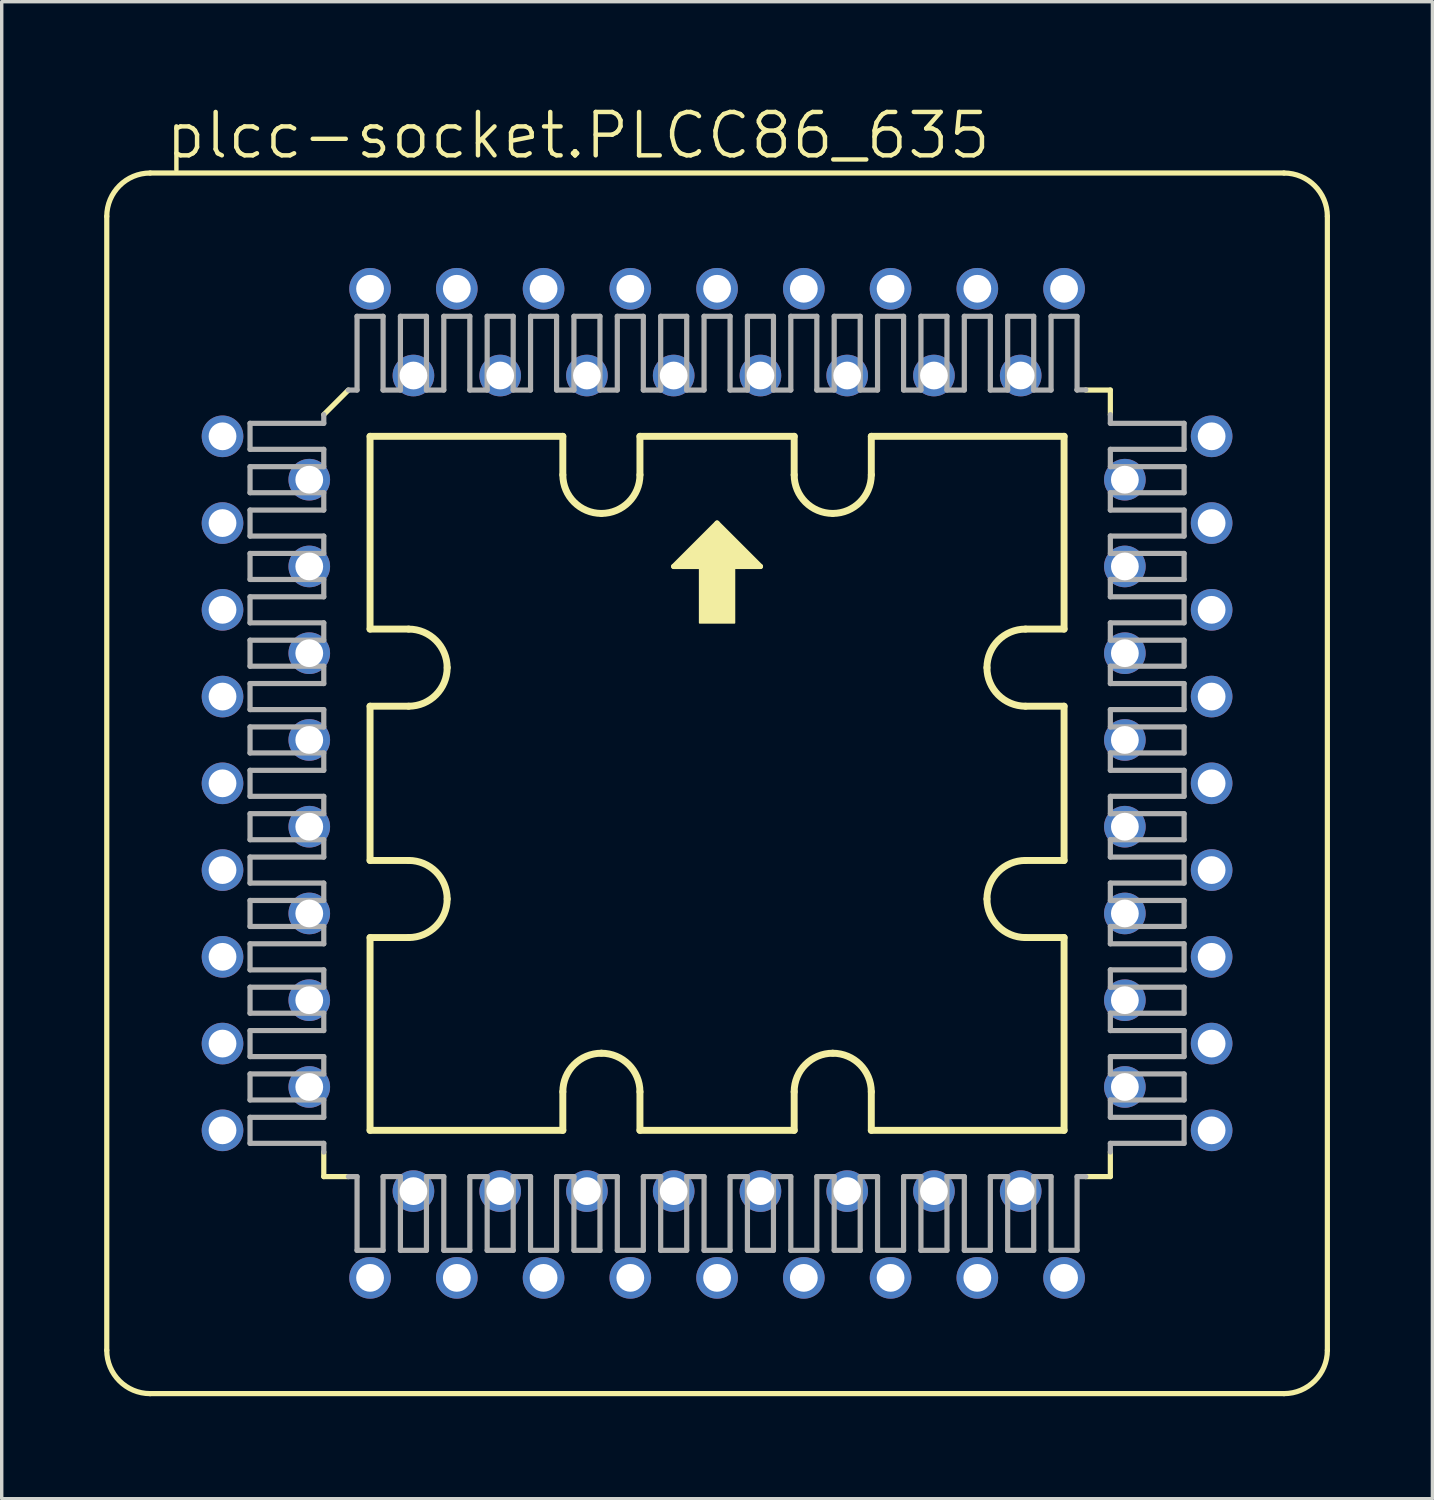
<source format=kicad_pcb>
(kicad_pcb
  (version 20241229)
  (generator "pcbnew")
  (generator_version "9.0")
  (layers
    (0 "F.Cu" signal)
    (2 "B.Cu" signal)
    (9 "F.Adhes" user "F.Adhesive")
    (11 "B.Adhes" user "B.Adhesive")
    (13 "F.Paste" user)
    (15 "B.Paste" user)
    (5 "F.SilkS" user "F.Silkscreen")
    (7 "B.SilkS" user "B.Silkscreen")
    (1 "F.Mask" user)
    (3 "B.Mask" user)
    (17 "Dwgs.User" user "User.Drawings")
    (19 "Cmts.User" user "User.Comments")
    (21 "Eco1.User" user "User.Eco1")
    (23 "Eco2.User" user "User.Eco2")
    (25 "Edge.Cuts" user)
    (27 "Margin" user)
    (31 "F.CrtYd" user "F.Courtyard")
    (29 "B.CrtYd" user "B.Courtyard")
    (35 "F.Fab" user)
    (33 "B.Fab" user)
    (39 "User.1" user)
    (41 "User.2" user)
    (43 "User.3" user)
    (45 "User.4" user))
  (footprint "plcc-socket.PLCC86_635"
    (layer "F.Cu")
    (at 17.945 19.885)
    (property "Reference" "plcc-socket.PLCC86_635" (at -16.218 -18.225 0) (layer "F.SilkS") (effects (font (size 1.27 1.27) (thickness 0.13)) (justify left bottom)))
    (attr through_hole)
    (fp_line (start -17.869 -16.599) (end -17.869 16.599) (stroke (width 0.152) (type default)) (layer "F.SilkS"))
    (fp_line (start -16.599 -17.869) (end 16.599 -17.869) (stroke (width 0.152) (type default)) (layer "F.SilkS"))
    (fp_line (start -16.599 17.869) (end 16.599 17.869) (stroke (width 0.152) (type default)) (layer "F.SilkS"))
    (fp_line (start -11.515 -10.795) (end -10.795 -11.515) (stroke (width 0.152) (type default)) (layer "F.SilkS"))
    (fp_line (start -11.515 10.795) (end -11.515 11.515) (stroke (width 0.152) (type default)) (layer "F.SilkS"))
    (fp_line (start -11.515 11.515) (end -10.795 11.515) (stroke (width 0.152) (type default)) (layer "F.SilkS"))
    (fp_line (start -10.16 -4.516) (end -9.031 -4.516) (stroke (width 0.203) (type default)) (layer "F.SilkS"))
    (fp_line (start -10.16 2.258) (end -9.031 2.258) (stroke (width 0.203) (type default)) (layer "F.SilkS"))
    (fp_line (start -10.16 -10.16) (end -4.516 -10.16) (stroke (width 0.203) (type default)) (layer "F.SilkS"))
    (fp_line (start -10.16 -4.516) (end -10.16 -10.16) (stroke (width 0.203) (type default)) (layer "F.SilkS"))
    (fp_line (start -10.16 2.258) (end -10.16 -2.258) (stroke (width 0.203) (type default)) (layer "F.SilkS"))
    (fp_line (start -10.16 10.16) (end -10.16 4.516) (stroke (width 0.203) (type default)) (layer "F.SilkS"))
    (fp_line (start -9.031 -2.258) (end -10.16 -2.258) (stroke (width 0.203) (type default)) (layer "F.SilkS"))
    (fp_line (start -9.031 4.516) (end -10.16 4.516) (stroke (width 0.203) (type default)) (layer "F.SilkS"))
    (fp_line (start -4.516 -10.16) (end -4.516 -9.031) (stroke (width 0.203) (type default)) (layer "F.SilkS"))
    (fp_line (start -4.516 10.16) (end -10.16 10.16) (stroke (width 0.203) (type default)) (layer "F.SilkS"))
    (fp_line (start -4.516 10.16) (end -4.516 9.031) (stroke (width 0.203) (type default)) (layer "F.SilkS"))
    (fp_line (start -2.258 -10.16) (end -2.258 -9.031) (stroke (width 0.203) (type default)) (layer "F.SilkS"))
    (fp_line (start -2.258 -10.16) (end 2.258 -10.16) (stroke (width 0.203) (type default)) (layer "F.SilkS"))
    (fp_line (start -2.258 10.16) (end -2.258 9.031) (stroke (width 0.203) (type default)) (layer "F.SilkS"))
    (fp_line (start -1.27 -6.35) (end 1.27 -6.35) (stroke (width 0.152) (type default)) (layer "F.SilkS"))
    (fp_line (start 0 -7.62) (end -1.27 -6.35) (stroke (width 0.152) (type default)) (layer "F.SilkS"))
    (fp_line (start 1.27 -6.35) (end 0 -7.62) (stroke (width 0.152) (type default)) (layer "F.SilkS"))
    (fp_line (start 2.258 -10.16) (end 2.258 -9.031) (stroke (width 0.203) (type default)) (layer "F.SilkS"))
    (fp_line (start 2.258 10.16) (end -2.258 10.16) (stroke (width 0.203) (type default)) (layer "F.SilkS"))
    (fp_line (start 2.258 10.16) (end 2.258 9.031) (stroke (width 0.203) (type default)) (layer "F.SilkS"))
    (fp_line (start 4.516 -10.16) (end 4.516 -9.031) (stroke (width 0.203) (type default)) (layer "F.SilkS"))
    (fp_line (start 4.516 -10.16) (end 10.16 -10.16) (stroke (width 0.203) (type default)) (layer "F.SilkS"))
    (fp_line (start 4.516 10.16) (end 4.516 9.031) (stroke (width 0.203) (type default)) (layer "F.SilkS"))
    (fp_line (start 10.16 -10.16) (end 10.16 -4.516) (stroke (width 0.203) (type default)) (layer "F.SilkS"))
    (fp_line (start 10.16 -2.258) (end 10.16 2.258) (stroke (width 0.203) (type default)) (layer "F.SilkS"))
    (fp_line (start 10.16 4.516) (end 10.16 10.16) (stroke (width 0.203) (type default)) (layer "F.SilkS"))
    (fp_line (start 10.16 10.16) (end 4.516 10.16) (stroke (width 0.203) (type default)) (layer "F.SilkS"))
    (fp_line (start 10.16 -4.516) (end 9.031 -4.516) (stroke (width 0.203) (type default)) (layer "F.SilkS"))
    (fp_line (start 10.16 -2.258) (end 9.031 -2.258) (stroke (width 0.203) (type default)) (layer "F.SilkS"))
    (fp_line (start 10.16 2.258) (end 9.031 2.258) (stroke (width 0.203) (type default)) (layer "F.SilkS"))
    (fp_line (start 10.16 4.516) (end 9.031 4.516) (stroke (width 0.203) (type default)) (layer "F.SilkS"))
    (fp_line (start 10.795 11.515) (end 11.515 11.515) (stroke (width 0.152) (type default)) (layer "F.SilkS"))
    (fp_line (start 11.515 -11.515) (end 10.795 -11.515) (stroke (width 0.152) (type default)) (layer "F.SilkS"))
    (fp_line (start 11.515 -10.795) (end 11.515 -11.515) (stroke (width 0.152) (type default)) (layer "F.SilkS"))
    (fp_line (start 11.515 11.515) (end 11.515 10.795) (stroke (width 0.152) (type default)) (layer "F.SilkS"))
    (fp_line (start 17.869 -16.599) (end 17.869 16.599) (stroke (width 0.152) (type default)) (layer "F.SilkS"))
    (fp_rect (start -1.143 -6.35) (end -0.889 -6.477) (stroke (width 0.05) (type default)) (fill yes) (layer "F.SilkS"))
    (fp_rect (start -1.016 -6.477) (end -0.889 -6.604) (stroke (width 0.05) (type default)) (fill yes) (layer "F.SilkS"))
    (fp_rect (start -0.889 -6.35) (end 0.889 -6.731) (stroke (width 0.05) (type default)) (fill yes) (layer "F.SilkS"))
    (fp_rect (start -0.762 -6.731) (end -0.635 -6.858) (stroke (width 0.05) (type default)) (fill yes) (layer "F.SilkS"))
    (fp_rect (start -0.635 -6.731) (end 0.635 -6.985) (stroke (width 0.05) (type default)) (fill yes) (layer "F.SilkS"))
    (fp_rect (start -0.508 -6.985) (end -0.381 -7.112) (stroke (width 0.05) (type default)) (fill yes) (layer "F.SilkS"))
    (fp_rect (start -0.508 -4.699) (end 0.508 -6.604) (stroke (width 0.05) (type default)) (fill yes) (layer "F.SilkS"))
    (fp_rect (start -0.381 -6.985) (end 0.381 -7.239) (stroke (width 0.05) (type default)) (fill yes) (layer "F.SilkS"))
    (fp_rect (start -0.254 -7.239) (end -0.127 -7.366) (stroke (width 0.05) (type default)) (fill yes) (layer "F.SilkS"))
    (fp_rect (start -0.127 -7.239) (end 0.127 -7.493) (stroke (width 0.05) (type default)) (fill yes) (layer "F.SilkS"))
    (fp_rect (start 0.127 -7.239) (end 0.254 -7.366) (stroke (width 0.05) (type default)) (fill yes) (layer "F.SilkS"))
    (fp_rect (start 0.381 -6.985) (end 0.508 -7.112) (stroke (width 0.05) (type default)) (fill yes) (layer "F.SilkS"))
    (fp_rect (start 0.635 -6.731) (end 0.762 -6.858) (stroke (width 0.05) (type default)) (fill yes) (layer "F.SilkS"))
    (fp_rect (start 0.889 -6.477) (end 1.016 -6.604) (stroke (width 0.05) (type default)) (fill yes) (layer "F.SilkS"))
    (fp_rect (start 0.889 -6.35) (end 1.143 -6.477) (stroke (width 0.05) (type default)) (fill yes) (layer "F.SilkS"))
    (fp_arc (start -17.869 -16.599) (mid -17.497026 -17.497026) (end -16.599 -17.869) (stroke (width 0.1524) (type default)) (layer "F.SilkS"))
    (fp_arc (start -16.599 17.869) (mid -17.497026 17.497026) (end -17.869 16.599) (stroke (width 0.1524) (type default)) (layer "F.SilkS"))
    (fp_arc (start -9.0312 -4.5156) (mid -8.232947 -4.184953) (end -7.9023 -3.3867) (stroke (width 0.2032) (type default)) (layer "F.SilkS"))
    (fp_arc (start -9.0312 2.2578) (mid -8.232947 2.588447) (end -7.9023 3.3867) (stroke (width 0.2032) (type default)) (layer "F.SilkS"))
    (fp_arc (start -7.9023 -3.3867) (mid -8.232947 -2.588447) (end -9.0312 -2.2578) (stroke (width 0.2032) (type default)) (layer "F.SilkS"))
    (fp_arc (start -7.9023 3.3867) (mid -8.232947 4.184953) (end -9.0312 4.5156) (stroke (width 0.2032) (type default)) (layer "F.SilkS"))
    (fp_arc (start -4.5156 9.0312) (mid -4.184953 8.232947) (end -3.3867 7.9023) (stroke (width 0.2032) (type default)) (layer "F.SilkS"))
    (fp_arc (start -3.3867 -7.9023) (mid -4.184953 -8.232947) (end -4.5156 -9.0312) (stroke (width 0.2032) (type default)) (layer "F.SilkS"))
    (fp_arc (start -3.3867 7.9023) (mid -2.588447 8.232947) (end -2.2578 9.0312) (stroke (width 0.2032) (type default)) (layer "F.SilkS"))
    (fp_arc (start -2.2578 -9.0312) (mid -2.588447 -8.232947) (end -3.3867 -7.9023) (stroke (width 0.2032) (type default)) (layer "F.SilkS"))
    (fp_arc (start 2.2578 9.0312) (mid 2.588447 8.232947) (end 3.3867 7.9023) (stroke (width 0.2032) (type default)) (layer "F.SilkS"))
    (fp_arc (start 3.3867 -7.9023) (mid 2.588447 -8.232947) (end 2.2578 -9.0312) (stroke (width 0.2032) (type default)) (layer "F.SilkS"))
    (fp_arc (start 3.3867 7.9023) (mid 4.184953 8.232947) (end 4.5156 9.0312) (stroke (width 0.2032) (type default)) (layer "F.SilkS"))
    (fp_arc (start 4.5156 -9.0312) (mid 4.184953 -8.232947) (end 3.3867 -7.9023) (stroke (width 0.2032) (type default)) (layer "F.SilkS"))
    (fp_arc (start 7.9023 -3.3867) (mid 8.232947 -4.184953) (end 9.0312 -4.5156) (stroke (width 0.2032) (type default)) (layer "F.SilkS"))
    (fp_arc (start 7.9023 3.3867) (mid 8.232947 2.588447) (end 9.0312 2.2578) (stroke (width 0.2032) (type default)) (layer "F.SilkS"))
    (fp_arc (start 9.0312 -2.2578) (mid 8.232947 -2.588447) (end 7.9023 -3.3867) (stroke (width 0.2032) (type default)) (layer "F.SilkS"))
    (fp_arc (start 9.0312 4.5156) (mid 8.232947 4.184953) (end 7.9023 3.3867) (stroke (width 0.2032) (type default)) (layer "F.SilkS"))
    (fp_arc (start 16.599 -17.869) (mid 17.497026 -17.497026) (end 17.869 -16.599) (stroke (width 0.1524) (type default)) (layer "F.SilkS"))
    (fp_arc (start 17.869 16.599) (mid 17.497026 17.497026) (end 16.599 17.869) (stroke (width 0.1524) (type default)) (layer "F.SilkS"))
    (fp_line (start -13.674 -10.541) (end -13.674 -9.779) (stroke (width 0.152) (type default)) (layer "F.Fab"))
    (fp_line (start -13.674 -10.541) (end -11.515 -10.541) (stroke (width 0.152) (type default)) (layer "F.Fab"))
    (fp_line (start -13.674 -9.271) (end -13.674 -8.509) (stroke (width 0.152) (type default)) (layer "F.Fab"))
    (fp_line (start -13.674 -9.271) (end -11.515 -9.271) (stroke (width 0.152) (type default)) (layer "F.Fab"))
    (fp_line (start -13.674 -7.239) (end -13.674 -8.001) (stroke (width 0.152) (type default)) (layer "F.Fab"))
    (fp_line (start -13.674 -7.239) (end -11.515 -7.239) (stroke (width 0.152) (type default)) (layer "F.Fab"))
    (fp_line (start -13.674 -6.731) (end -13.674 -5.969) (stroke (width 0.152) (type default)) (layer "F.Fab"))
    (fp_line (start -13.674 -6.731) (end -11.515 -6.731) (stroke (width 0.152) (type default)) (layer "F.Fab"))
    (fp_line (start -13.674 -5.461) (end -13.674 -4.699) (stroke (width 0.152) (type default)) (layer "F.Fab"))
    (fp_line (start -13.674 -5.461) (end -11.515 -5.461) (stroke (width 0.152) (type default)) (layer "F.Fab"))
    (fp_line (start -13.674 -4.191) (end -13.674 -3.429) (stroke (width 0.152) (type default)) (layer "F.Fab"))
    (fp_line (start -13.674 -4.191) (end -11.515 -4.191) (stroke (width 0.152) (type default)) (layer "F.Fab"))
    (fp_line (start -13.674 -2.921) (end -13.674 -2.159) (stroke (width 0.152) (type default)) (layer "F.Fab"))
    (fp_line (start -13.674 -2.921) (end -11.515 -2.921) (stroke (width 0.152) (type default)) (layer "F.Fab"))
    (fp_line (start -13.674 -0.889) (end -13.674 -1.651) (stroke (width 0.152) (type default)) (layer "F.Fab"))
    (fp_line (start -13.674 -0.889) (end -11.515 -0.889) (stroke (width 0.152) (type default)) (layer "F.Fab"))
    (fp_line (start -13.674 0.381) (end -13.674 -0.381) (stroke (width 0.152) (type default)) (layer "F.Fab"))
    (fp_line (start -13.674 0.381) (end -11.515 0.381) (stroke (width 0.152) (type default)) (layer "F.Fab"))
    (fp_line (start -13.674 1.651) (end -13.674 0.889) (stroke (width 0.152) (type default)) (layer "F.Fab"))
    (fp_line (start -13.674 1.651) (end -11.515 1.651) (stroke (width 0.152) (type default)) (layer "F.Fab"))
    (fp_line (start -13.674 2.921) (end -13.674 2.159) (stroke (width 0.152) (type default)) (layer "F.Fab"))
    (fp_line (start -13.674 2.921) (end -11.515 2.921) (stroke (width 0.152) (type default)) (layer "F.Fab"))
    (fp_line (start -13.674 4.191) (end -13.674 3.429) (stroke (width 0.152) (type default)) (layer "F.Fab"))
    (fp_line (start -13.674 4.191) (end -11.515 4.191) (stroke (width 0.152) (type default)) (layer "F.Fab"))
    (fp_line (start -13.674 5.461) (end -13.674 4.699) (stroke (width 0.152) (type default)) (layer "F.Fab"))
    (fp_line (start -13.674 5.461) (end -11.515 5.461) (stroke (width 0.152) (type default)) (layer "F.Fab"))
    (fp_line (start -13.674 5.969) (end -13.674 6.731) (stroke (width 0.152) (type default)) (layer "F.Fab"))
    (fp_line (start -13.674 5.969) (end -11.515 5.969) (stroke (width 0.152) (type default)) (layer "F.Fab"))
    (fp_line (start -13.674 7.239) (end -13.674 8.001) (stroke (width 0.152) (type default)) (layer "F.Fab"))
    (fp_line (start -13.674 7.239) (end -11.515 7.239) (stroke (width 0.152) (type default)) (layer "F.Fab"))
    (fp_line (start -13.674 8.509) (end -13.674 9.271) (stroke (width 0.152) (type default)) (layer "F.Fab"))
    (fp_line (start -13.674 8.509) (end -11.515 8.509) (stroke (width 0.152) (type default)) (layer "F.Fab"))
    (fp_line (start -13.674 9.779) (end -11.515 9.779) (stroke (width 0.152) (type default)) (layer "F.Fab"))
    (fp_line (start -13.674 10.541) (end -13.674 9.779) (stroke (width 0.152) (type default)) (layer "F.Fab"))
    (fp_line (start -13.674 10.541) (end -11.515 10.541) (stroke (width 0.152) (type default)) (layer "F.Fab"))
    (fp_line (start -11.515 -10.541) (end -11.515 -10.795) (stroke (width 0.152) (type default)) (layer "F.Fab"))
    (fp_line (start -11.515 -9.779) (end -13.674 -9.779) (stroke (width 0.152) (type default)) (layer "F.Fab"))
    (fp_line (start -11.515 -9.779) (end -11.515 -9.271) (stroke (width 0.152) (type default)) (layer "F.Fab"))
    (fp_line (start -11.515 -8.509) (end -13.674 -8.509) (stroke (width 0.152) (type default)) (layer "F.Fab"))
    (fp_line (start -11.515 -8.001) (end -13.674 -8.001) (stroke (width 0.152) (type default)) (layer "F.Fab"))
    (fp_line (start -11.515 -8.001) (end -11.515 -8.509) (stroke (width 0.152) (type default)) (layer "F.Fab"))
    (fp_line (start -11.515 -6.731) (end -11.515 -7.239) (stroke (width 0.152) (type default)) (layer "F.Fab"))
    (fp_line (start -11.515 -5.969) (end -13.674 -5.969) (stroke (width 0.152) (type default)) (layer "F.Fab"))
    (fp_line (start -11.515 -5.969) (end -11.515 -5.461) (stroke (width 0.152) (type default)) (layer "F.Fab"))
    (fp_line (start -11.515 -4.699) (end -13.674 -4.699) (stroke (width 0.152) (type default)) (layer "F.Fab"))
    (fp_line (start -11.515 -4.699) (end -11.515 -4.191) (stroke (width 0.152) (type default)) (layer "F.Fab"))
    (fp_line (start -11.515 -3.429) (end -13.674 -3.429) (stroke (width 0.152) (type default)) (layer "F.Fab"))
    (fp_line (start -11.515 -3.429) (end -11.515 -2.921) (stroke (width 0.152) (type default)) (layer "F.Fab"))
    (fp_line (start -11.515 -2.159) (end -13.674 -2.159) (stroke (width 0.152) (type default)) (layer "F.Fab"))
    (fp_line (start -11.515 -2.159) (end -11.515 -1.651) (stroke (width 0.152) (type default)) (layer "F.Fab"))
    (fp_line (start -11.515 -1.651) (end -13.674 -1.651) (stroke (width 0.152) (type default)) (layer "F.Fab"))
    (fp_line (start -11.515 -0.381) (end -13.674 -0.381) (stroke (width 0.152) (type default)) (layer "F.Fab"))
    (fp_line (start -11.515 -0.381) (end -11.515 -0.889) (stroke (width 0.152) (type default)) (layer "F.Fab"))
    (fp_line (start -11.515 0.889) (end -13.674 0.889) (stroke (width 0.152) (type default)) (layer "F.Fab"))
    (fp_line (start -11.515 0.889) (end -11.515 0.381) (stroke (width 0.152) (type default)) (layer "F.Fab"))
    (fp_line (start -11.515 2.159) (end -13.674 2.159) (stroke (width 0.152) (type default)) (layer "F.Fab"))
    (fp_line (start -11.515 2.159) (end -11.515 1.651) (stroke (width 0.152) (type default)) (layer "F.Fab"))
    (fp_line (start -11.515 3.429) (end -13.674 3.429) (stroke (width 0.152) (type default)) (layer "F.Fab"))
    (fp_line (start -11.515 3.429) (end -11.515 2.921) (stroke (width 0.152) (type default)) (layer "F.Fab"))
    (fp_line (start -11.515 4.699) (end -13.674 4.699) (stroke (width 0.152) (type default)) (layer "F.Fab"))
    (fp_line (start -11.515 4.699) (end -11.515 4.191) (stroke (width 0.152) (type default)) (layer "F.Fab"))
    (fp_line (start -11.515 5.461) (end -11.515 5.969) (stroke (width 0.152) (type default)) (layer "F.Fab"))
    (fp_line (start -11.515 6.731) (end -13.674 6.731) (stroke (width 0.152) (type default)) (layer "F.Fab"))
    (fp_line (start -11.515 6.731) (end -11.515 7.239) (stroke (width 0.152) (type default)) (layer "F.Fab"))
    (fp_line (start -11.515 8.001) (end -13.674 8.001) (stroke (width 0.152) (type default)) (layer "F.Fab"))
    (fp_line (start -11.515 8.001) (end -11.515 8.509) (stroke (width 0.152) (type default)) (layer "F.Fab"))
    (fp_line (start -11.515 9.271) (end -13.674 9.271) (stroke (width 0.152) (type default)) (layer "F.Fab"))
    (fp_line (start -11.515 9.271) (end -11.515 9.779) (stroke (width 0.152) (type default)) (layer "F.Fab"))
    (fp_line (start -11.515 10.541) (end -11.515 10.795) (stroke (width 0.152) (type default)) (layer "F.Fab"))
    (fp_line (start -10.795 -11.515) (end -10.541 -11.515) (stroke (width 0.152) (type default)) (layer "F.Fab"))
    (fp_line (start -10.541 -11.515) (end -10.541 -13.674) (stroke (width 0.152) (type default)) (layer "F.Fab"))
    (fp_line (start -10.541 11.515) (end -10.795 11.515) (stroke (width 0.152) (type default)) (layer "F.Fab"))
    (fp_line (start -10.541 13.674) (end -10.541 11.515) (stroke (width 0.152) (type default)) (layer "F.Fab"))
    (fp_line (start -10.541 13.674) (end -9.779 13.674) (stroke (width 0.152) (type default)) (layer "F.Fab"))
    (fp_line (start -9.779 -13.674) (end -10.541 -13.674) (stroke (width 0.152) (type default)) (layer "F.Fab"))
    (fp_line (start -9.779 -13.674) (end -9.779 -11.515) (stroke (width 0.152) (type default)) (layer "F.Fab"))
    (fp_line (start -9.779 11.515) (end -9.779 13.674) (stroke (width 0.152) (type default)) (layer "F.Fab"))
    (fp_line (start -9.779 11.515) (end -9.271 11.515) (stroke (width 0.152) (type default)) (layer "F.Fab"))
    (fp_line (start -9.271 -11.515) (end -9.779 -11.515) (stroke (width 0.152) (type default)) (layer "F.Fab"))
    (fp_line (start -9.271 -11.515) (end -9.271 -13.674) (stroke (width 0.152) (type default)) (layer "F.Fab"))
    (fp_line (start -9.271 13.674) (end -9.271 11.515) (stroke (width 0.152) (type default)) (layer "F.Fab"))
    (fp_line (start -9.271 13.674) (end -8.509 13.674) (stroke (width 0.152) (type default)) (layer "F.Fab"))
    (fp_line (start -8.509 -13.674) (end -9.271 -13.674) (stroke (width 0.152) (type default)) (layer "F.Fab"))
    (fp_line (start -8.509 -13.674) (end -8.509 -11.515) (stroke (width 0.152) (type default)) (layer "F.Fab"))
    (fp_line (start -8.509 11.515) (end -8.509 13.674) (stroke (width 0.152) (type default)) (layer "F.Fab"))
    (fp_line (start -8.001 -11.515) (end -8.509 -11.515) (stroke (width 0.152) (type default)) (layer "F.Fab"))
    (fp_line (start -8.001 -11.515) (end -8.001 -13.674) (stroke (width 0.152) (type default)) (layer "F.Fab"))
    (fp_line (start -8.001 11.515) (end -8.509 11.515) (stroke (width 0.152) (type default)) (layer "F.Fab"))
    (fp_line (start -8.001 11.515) (end -8.001 13.674) (stroke (width 0.152) (type default)) (layer "F.Fab"))
    (fp_line (start -7.239 -13.674) (end -8.001 -13.674) (stroke (width 0.152) (type default)) (layer "F.Fab"))
    (fp_line (start -7.239 -13.674) (end -7.239 -11.515) (stroke (width 0.152) (type default)) (layer "F.Fab"))
    (fp_line (start -7.239 13.674) (end -8.001 13.674) (stroke (width 0.152) (type default)) (layer "F.Fab"))
    (fp_line (start -7.239 13.674) (end -7.239 11.515) (stroke (width 0.152) (type default)) (layer "F.Fab"))
    (fp_line (start -6.731 -11.515) (end -7.239 -11.515) (stroke (width 0.152) (type default)) (layer "F.Fab"))
    (fp_line (start -6.731 -11.515) (end -6.731 -13.674) (stroke (width 0.152) (type default)) (layer "F.Fab"))
    (fp_line (start -6.731 11.515) (end -7.239 11.515) (stroke (width 0.152) (type default)) (layer "F.Fab"))
    (fp_line (start -6.731 13.674) (end -6.731 11.515) (stroke (width 0.152) (type default)) (layer "F.Fab"))
    (fp_line (start -6.731 13.674) (end -5.969 13.674) (stroke (width 0.152) (type default)) (layer "F.Fab"))
    (fp_line (start -5.969 -13.674) (end -6.731 -13.674) (stroke (width 0.152) (type default)) (layer "F.Fab"))
    (fp_line (start -5.969 -13.674) (end -5.969 -11.515) (stroke (width 0.152) (type default)) (layer "F.Fab"))
    (fp_line (start -5.969 11.515) (end -5.969 13.674) (stroke (width 0.152) (type default)) (layer "F.Fab"))
    (fp_line (start -5.969 11.515) (end -5.461 11.515) (stroke (width 0.152) (type default)) (layer "F.Fab"))
    (fp_line (start -5.461 -11.515) (end -5.969 -11.515) (stroke (width 0.152) (type default)) (layer "F.Fab"))
    (fp_line (start -5.461 -11.515) (end -5.461 -13.674) (stroke (width 0.152) (type default)) (layer "F.Fab"))
    (fp_line (start -5.461 13.674) (end -5.461 11.515) (stroke (width 0.152) (type default)) (layer "F.Fab"))
    (fp_line (start -5.461 13.674) (end -4.699 13.674) (stroke (width 0.152) (type default)) (layer "F.Fab"))
    (fp_line (start -4.699 -13.674) (end -5.461 -13.674) (stroke (width 0.152) (type default)) (layer "F.Fab"))
    (fp_line (start -4.699 -13.674) (end -4.699 -11.515) (stroke (width 0.152) (type default)) (layer "F.Fab"))
    (fp_line (start -4.699 11.515) (end -4.699 13.674) (stroke (width 0.152) (type default)) (layer "F.Fab"))
    (fp_line (start -4.699 11.515) (end -4.191 11.515) (stroke (width 0.152) (type default)) (layer "F.Fab"))
    (fp_line (start -4.191 -11.515) (end -4.699 -11.515) (stroke (width 0.152) (type default)) (layer "F.Fab"))
    (fp_line (start -4.191 -11.515) (end -4.191 -13.674) (stroke (width 0.152) (type default)) (layer "F.Fab"))
    (fp_line (start -4.191 13.674) (end -4.191 11.515) (stroke (width 0.152) (type default)) (layer "F.Fab"))
    (fp_line (start -4.191 13.674) (end -3.429 13.674) (stroke (width 0.152) (type default)) (layer "F.Fab"))
    (fp_line (start -3.429 -13.674) (end -4.191 -13.674) (stroke (width 0.152) (type default)) (layer "F.Fab"))
    (fp_line (start -3.429 -13.674) (end -3.429 -11.515) (stroke (width 0.152) (type default)) (layer "F.Fab"))
    (fp_line (start -3.429 11.515) (end -3.429 13.674) (stroke (width 0.152) (type default)) (layer "F.Fab"))
    (fp_line (start -3.429 11.515) (end -2.921 11.515) (stroke (width 0.152) (type default)) (layer "F.Fab"))
    (fp_line (start -2.921 -11.515) (end -3.429 -11.515) (stroke (width 0.152) (type default)) (layer "F.Fab"))
    (fp_line (start -2.921 -11.515) (end -2.921 -13.674) (stroke (width 0.152) (type default)) (layer "F.Fab"))
    (fp_line (start -2.921 13.674) (end -2.921 11.515) (stroke (width 0.152) (type default)) (layer "F.Fab"))
    (fp_line (start -2.921 13.674) (end -2.159 13.674) (stroke (width 0.152) (type default)) (layer "F.Fab"))
    (fp_line (start -2.159 -13.674) (end -2.921 -13.674) (stroke (width 0.152) (type default)) (layer "F.Fab"))
    (fp_line (start -2.159 -13.674) (end -2.159 -11.515) (stroke (width 0.152) (type default)) (layer "F.Fab"))
    (fp_line (start -2.159 11.515) (end -2.159 13.674) (stroke (width 0.152) (type default)) (layer "F.Fab"))
    (fp_line (start -2.159 11.515) (end -1.651 11.515) (stroke (width 0.152) (type default)) (layer "F.Fab"))
    (fp_line (start -1.651 -11.515) (end -2.159 -11.515) (stroke (width 0.152) (type default)) (layer "F.Fab"))
    (fp_line (start -1.651 -11.515) (end -1.651 -13.674) (stroke (width 0.152) (type default)) (layer "F.Fab"))
    (fp_line (start -1.651 13.674) (end -1.651 11.515) (stroke (width 0.152) (type default)) (layer "F.Fab"))
    (fp_line (start -1.651 13.674) (end -0.889 13.674) (stroke (width 0.152) (type default)) (layer "F.Fab"))
    (fp_line (start -0.889 -13.674) (end -1.651 -13.674) (stroke (width 0.152) (type default)) (layer "F.Fab"))
    (fp_line (start -0.889 -13.674) (end -0.889 -11.515) (stroke (width 0.152) (type default)) (layer "F.Fab"))
    (fp_line (start -0.889 11.515) (end -0.889 13.674) (stroke (width 0.152) (type default)) (layer "F.Fab"))
    (fp_line (start -0.889 11.515) (end -0.381 11.515) (stroke (width 0.152) (type default)) (layer "F.Fab"))
    (fp_line (start -0.381 -11.515) (end -0.889 -11.515) (stroke (width 0.152) (type default)) (layer "F.Fab"))
    (fp_line (start -0.381 -11.515) (end -0.381 -13.674) (stroke (width 0.152) (type default)) (layer "F.Fab"))
    (fp_line (start -0.381 13.674) (end -0.381 11.515) (stroke (width 0.152) (type default)) (layer "F.Fab"))
    (fp_line (start -0.381 13.674) (end 0.381 13.674) (stroke (width 0.152) (type default)) (layer "F.Fab"))
    (fp_line (start 0.381 -13.674) (end -0.381 -13.674) (stroke (width 0.152) (type default)) (layer "F.Fab"))
    (fp_line (start 0.381 -13.674) (end 0.381 -11.515) (stroke (width 0.152) (type default)) (layer "F.Fab"))
    (fp_line (start 0.381 11.515) (end 0.381 13.674) (stroke (width 0.152) (type default)) (layer "F.Fab"))
    (fp_line (start 0.381 11.515) (end 0.889 11.515) (stroke (width 0.152) (type default)) (layer "F.Fab"))
    (fp_line (start 0.889 -11.515) (end 0.381 -11.515) (stroke (width 0.152) (type default)) (layer "F.Fab"))
    (fp_line (start 0.889 -11.515) (end 0.889 -13.674) (stroke (width 0.152) (type default)) (layer "F.Fab"))
    (fp_line (start 0.889 13.674) (end 0.889 11.515) (stroke (width 0.152) (type default)) (layer "F.Fab"))
    (fp_line (start 0.889 13.674) (end 1.651 13.674) (stroke (width 0.152) (type default)) (layer "F.Fab"))
    (fp_line (start 1.651 -13.674) (end 0.889 -13.674) (stroke (width 0.152) (type default)) (layer "F.Fab"))
    (fp_line (start 1.651 -13.674) (end 1.651 -11.515) (stroke (width 0.152) (type default)) (layer "F.Fab"))
    (fp_line (start 1.651 11.515) (end 1.651 13.674) (stroke (width 0.152) (type default)) (layer "F.Fab"))
    (fp_line (start 1.651 11.515) (end 2.159 11.515) (stroke (width 0.152) (type default)) (layer "F.Fab"))
    (fp_line (start 2.159 -11.515) (end 1.651 -11.515) (stroke (width 0.152) (type default)) (layer "F.Fab"))
    (fp_line (start 2.159 -11.515) (end 2.159 -13.674) (stroke (width 0.152) (type default)) (layer "F.Fab"))
    (fp_line (start 2.159 13.674) (end 2.159 11.515) (stroke (width 0.152) (type default)) (layer "F.Fab"))
    (fp_line (start 2.159 13.674) (end 2.921 13.674) (stroke (width 0.152) (type default)) (layer "F.Fab"))
    (fp_line (start 2.921 -13.674) (end 2.159 -13.674) (stroke (width 0.152) (type default)) (layer "F.Fab"))
    (fp_line (start 2.921 -13.674) (end 2.921 -11.515) (stroke (width 0.152) (type default)) (layer "F.Fab"))
    (fp_line (start 2.921 11.515) (end 2.921 13.674) (stroke (width 0.152) (type default)) (layer "F.Fab"))
    (fp_line (start 2.921 11.515) (end 3.429 11.515) (stroke (width 0.152) (type default)) (layer "F.Fab"))
    (fp_line (start 3.429 -11.515) (end 2.921 -11.515) (stroke (width 0.152) (type default)) (layer "F.Fab"))
    (fp_line (start 3.429 -11.515) (end 3.429 -13.674) (stroke (width 0.152) (type default)) (layer "F.Fab"))
    (fp_line (start 3.429 13.674) (end 3.429 11.515) (stroke (width 0.152) (type default)) (layer "F.Fab"))
    (fp_line (start 3.429 13.674) (end 4.191 13.674) (stroke (width 0.152) (type default)) (layer "F.Fab"))
    (fp_line (start 4.191 -13.674) (end 3.429 -13.674) (stroke (width 0.152) (type default)) (layer "F.Fab"))
    (fp_line (start 4.191 -13.674) (end 4.191 -11.515) (stroke (width 0.152) (type default)) (layer "F.Fab"))
    (fp_line (start 4.191 11.515) (end 4.191 13.674) (stroke (width 0.152) (type default)) (layer "F.Fab"))
    (fp_line (start 4.191 11.515) (end 4.699 11.515) (stroke (width 0.152) (type default)) (layer "F.Fab"))
    (fp_line (start 4.699 -11.515) (end 4.191 -11.515) (stroke (width 0.152) (type default)) (layer "F.Fab"))
    (fp_line (start 4.699 -11.515) (end 4.699 -13.674) (stroke (width 0.152) (type default)) (layer "F.Fab"))
    (fp_line (start 4.699 13.674) (end 4.699 11.515) (stroke (width 0.152) (type default)) (layer "F.Fab"))
    (fp_line (start 4.699 13.674) (end 5.461 13.674) (stroke (width 0.152) (type default)) (layer "F.Fab"))
    (fp_line (start 5.461 -13.674) (end 4.699 -13.674) (stroke (width 0.152) (type default)) (layer "F.Fab"))
    (fp_line (start 5.461 -13.674) (end 5.461 -11.515) (stroke (width 0.152) (type default)) (layer "F.Fab"))
    (fp_line (start 5.461 11.515) (end 5.461 13.674) (stroke (width 0.152) (type default)) (layer "F.Fab"))
    (fp_line (start 5.461 11.515) (end 5.969 11.515) (stroke (width 0.152) (type default)) (layer "F.Fab"))
    (fp_line (start 5.969 -11.515) (end 5.461 -11.515) (stroke (width 0.152) (type default)) (layer "F.Fab"))
    (fp_line (start 5.969 -11.515) (end 5.969 -13.674) (stroke (width 0.152) (type default)) (layer "F.Fab"))
    (fp_line (start 5.969 13.674) (end 5.969 11.515) (stroke (width 0.152) (type default)) (layer "F.Fab"))
    (fp_line (start 5.969 13.674) (end 6.731 13.674) (stroke (width 0.152) (type default)) (layer "F.Fab"))
    (fp_line (start 6.731 -13.674) (end 5.969 -13.674) (stroke (width 0.152) (type default)) (layer "F.Fab"))
    (fp_line (start 6.731 -13.674) (end 6.731 -11.515) (stroke (width 0.152) (type default)) (layer "F.Fab"))
    (fp_line (start 6.731 -11.515) (end 7.239 -11.515) (stroke (width 0.152) (type default)) (layer "F.Fab"))
    (fp_line (start 6.731 11.515) (end 6.731 13.674) (stroke (width 0.152) (type default)) (layer "F.Fab"))
    (fp_line (start 6.731 11.515) (end 7.239 11.515) (stroke (width 0.152) (type default)) (layer "F.Fab"))
    (fp_line (start 7.239 -13.674) (end 7.239 -11.515) (stroke (width 0.152) (type default)) (layer "F.Fab"))
    (fp_line (start 7.239 -13.674) (end 8.001 -13.674) (stroke (width 0.152) (type default)) (layer "F.Fab"))
    (fp_line (start 7.239 13.674) (end 7.239 11.515) (stroke (width 0.152) (type default)) (layer "F.Fab"))
    (fp_line (start 7.239 13.674) (end 8.001 13.674) (stroke (width 0.152) (type default)) (layer "F.Fab"))
    (fp_line (start 8.001 -11.515) (end 8.001 -13.674) (stroke (width 0.152) (type default)) (layer "F.Fab"))
    (fp_line (start 8.001 -11.515) (end 8.509 -11.515) (stroke (width 0.152) (type default)) (layer "F.Fab"))
    (fp_line (start 8.001 11.515) (end 8.001 13.674) (stroke (width 0.152) (type default)) (layer "F.Fab"))
    (fp_line (start 8.001 11.515) (end 8.509 11.515) (stroke (width 0.152) (type default)) (layer "F.Fab"))
    (fp_line (start 8.509 -11.515) (end 8.509 -13.674) (stroke (width 0.152) (type default)) (layer "F.Fab"))
    (fp_line (start 8.509 13.674) (end 8.509 11.515) (stroke (width 0.152) (type default)) (layer "F.Fab"))
    (fp_line (start 8.509 13.674) (end 9.271 13.674) (stroke (width 0.152) (type default)) (layer "F.Fab"))
    (fp_line (start 9.271 -13.674) (end 8.509 -13.674) (stroke (width 0.152) (type default)) (layer "F.Fab"))
    (fp_line (start 9.271 -13.674) (end 9.271 -11.515) (stroke (width 0.152) (type default)) (layer "F.Fab"))
    (fp_line (start 9.271 13.674) (end 9.271 11.515) (stroke (width 0.152) (type default)) (layer "F.Fab"))
    (fp_line (start 9.779 -11.515) (end 9.271 -11.515) (stroke (width 0.152) (type default)) (layer "F.Fab"))
    (fp_line (start 9.779 -11.515) (end 9.779 -13.674) (stroke (width 0.152) (type default)) (layer "F.Fab"))
    (fp_line (start 9.779 11.515) (end 9.271 11.515) (stroke (width 0.152) (type default)) (layer "F.Fab"))
    (fp_line (start 9.779 13.674) (end 9.779 11.515) (stroke (width 0.152) (type default)) (layer "F.Fab"))
    (fp_line (start 9.779 13.674) (end 10.541 13.674) (stroke (width 0.152) (type default)) (layer "F.Fab"))
    (fp_line (start 10.541 -13.674) (end 9.779 -13.674) (stroke (width 0.152) (type default)) (layer "F.Fab"))
    (fp_line (start 10.541 -13.666) (end 10.541 -11.52) (stroke (width 0.152) (type default)) (layer "F.Fab"))
    (fp_line (start 10.541 -11.52) (end 10.541 -11.515) (stroke (width 0.152) (type default)) (layer "F.Fab"))
    (fp_line (start 10.541 -11.52) (end 10.795 -11.52) (stroke (width 0.152) (type default)) (layer "F.Fab"))
    (fp_line (start 10.541 11.515) (end 10.541 13.674) (stroke (width 0.152) (type default)) (layer "F.Fab"))
    (fp_line (start 10.795 11.515) (end 10.541 11.515) (stroke (width 0.152) (type default)) (layer "F.Fab"))
    (fp_line (start 11.515 -10.541) (end 11.515 -10.795) (stroke (width 0.152) (type default)) (layer "F.Fab"))
    (fp_line (start 11.515 -9.779) (end 11.515 -9.271) (stroke (width 0.152) (type default)) (layer "F.Fab"))
    (fp_line (start 11.515 -9.779) (end 13.674 -9.779) (stroke (width 0.152) (type default)) (layer "F.Fab"))
    (fp_line (start 11.515 -9.271) (end 13.674 -9.271) (stroke (width 0.152) (type default)) (layer "F.Fab"))
    (fp_line (start 11.515 -8.001) (end 11.515 -8.509) (stroke (width 0.152) (type default)) (layer "F.Fab"))
    (fp_line (start 11.515 -8.001) (end 13.674 -8.001) (stroke (width 0.152) (type default)) (layer "F.Fab"))
    (fp_line (start 11.515 -6.731) (end 11.515 -7.239) (stroke (width 0.152) (type default)) (layer "F.Fab"))
    (fp_line (start 11.515 -6.731) (end 13.674 -6.731) (stroke (width 0.152) (type default)) (layer "F.Fab"))
    (fp_line (start 11.515 -5.461) (end 11.515 -5.969) (stroke (width 0.152) (type default)) (layer "F.Fab"))
    (fp_line (start 11.515 -4.699) (end 11.515 -4.191) (stroke (width 0.152) (type default)) (layer "F.Fab"))
    (fp_line (start 11.515 -4.699) (end 13.674 -4.699) (stroke (width 0.152) (type default)) (layer "F.Fab"))
    (fp_line (start 11.515 -3.429) (end 11.515 -2.921) (stroke (width 0.152) (type default)) (layer "F.Fab"))
    (fp_line (start 11.515 -3.429) (end 13.674 -3.429) (stroke (width 0.152) (type default)) (layer "F.Fab"))
    (fp_line (start 11.515 -2.159) (end 11.515 -1.651) (stroke (width 0.152) (type default)) (layer "F.Fab"))
    (fp_line (start 11.515 -2.159) (end 13.674 -2.159) (stroke (width 0.152) (type default)) (layer "F.Fab"))
    (fp_line (start 11.515 -0.889) (end 11.515 -0.381) (stroke (width 0.152) (type default)) (layer "F.Fab"))
    (fp_line (start 11.515 -0.889) (end 13.674 -0.889) (stroke (width 0.152) (type default)) (layer "F.Fab"))
    (fp_line (start 11.515 0.381) (end 11.515 0.889) (stroke (width 0.152) (type default)) (layer "F.Fab"))
    (fp_line (start 11.515 0.381) (end 13.674 0.381) (stroke (width 0.152) (type default)) (layer "F.Fab"))
    (fp_line (start 11.515 1.651) (end 11.515 2.159) (stroke (width 0.152) (type default)) (layer "F.Fab"))
    (fp_line (start 11.515 1.651) (end 13.674 1.651) (stroke (width 0.152) (type default)) (layer "F.Fab"))
    (fp_line (start 11.515 2.159) (end 13.674 2.159) (stroke (width 0.152) (type default)) (layer "F.Fab"))
    (fp_line (start 11.515 3.429) (end 11.515 2.921) (stroke (width 0.152) (type default)) (layer "F.Fab"))
    (fp_line (start 11.515 3.429) (end 13.674 3.429) (stroke (width 0.152) (type default)) (layer "F.Fab"))
    (fp_line (start 11.515 4.699) (end 11.515 4.191) (stroke (width 0.152) (type default)) (layer "F.Fab"))
    (fp_line (start 11.515 4.699) (end 13.674 4.699) (stroke (width 0.152) (type default)) (layer "F.Fab"))
    (fp_line (start 11.515 5.969) (end 11.515 5.461) (stroke (width 0.152) (type default)) (layer "F.Fab"))
    (fp_line (start 11.515 5.969) (end 13.674 5.969) (stroke (width 0.152) (type default)) (layer "F.Fab"))
    (fp_line (start 11.515 6.731) (end 11.515 7.239) (stroke (width 0.152) (type default)) (layer "F.Fab"))
    (fp_line (start 11.515 8.001) (end 11.515 8.509) (stroke (width 0.152) (type default)) (layer "F.Fab"))
    (fp_line (start 11.515 8.001) (end 13.674 8.001) (stroke (width 0.152) (type default)) (layer "F.Fab"))
    (fp_line (start 11.515 8.509) (end 13.674 8.509) (stroke (width 0.152) (type default)) (layer "F.Fab"))
    (fp_line (start 11.515 9.779) (end 11.515 9.271) (stroke (width 0.152) (type default)) (layer "F.Fab"))
    (fp_line (start 11.515 9.779) (end 13.674 9.779) (stroke (width 0.152) (type default)) (layer "F.Fab"))
    (fp_line (start 11.515 10.541) (end 11.515 10.795) (stroke (width 0.152) (type default)) (layer "F.Fab"))
    (fp_line (start 13.674 -10.541) (end 11.515 -10.541) (stroke (width 0.152) (type default)) (layer "F.Fab"))
    (fp_line (start 13.674 -10.541) (end 13.674 -9.779) (stroke (width 0.152) (type default)) (layer "F.Fab"))
    (fp_line (start 13.674 -8.509) (end 11.515 -8.509) (stroke (width 0.152) (type default)) (layer "F.Fab"))
    (fp_line (start 13.674 -8.509) (end 13.674 -9.271) (stroke (width 0.152) (type default)) (layer "F.Fab"))
    (fp_line (start 13.674 -7.239) (end 11.515 -7.239) (stroke (width 0.152) (type default)) (layer "F.Fab"))
    (fp_line (start 13.674 -7.239) (end 13.674 -8.001) (stroke (width 0.152) (type default)) (layer "F.Fab"))
    (fp_line (start 13.674 -5.969) (end 11.515 -5.969) (stroke (width 0.152) (type default)) (layer "F.Fab"))
    (fp_line (start 13.674 -5.969) (end 13.674 -6.731) (stroke (width 0.152) (type default)) (layer "F.Fab"))
    (fp_line (start 13.674 -5.461) (end 11.515 -5.461) (stroke (width 0.152) (type default)) (layer "F.Fab"))
    (fp_line (start 13.674 -5.461) (end 13.674 -4.699) (stroke (width 0.152) (type default)) (layer "F.Fab"))
    (fp_line (start 13.674 -4.191) (end 11.515 -4.191) (stroke (width 0.152) (type default)) (layer "F.Fab"))
    (fp_line (start 13.674 -4.191) (end 13.674 -3.429) (stroke (width 0.152) (type default)) (layer "F.Fab"))
    (fp_line (start 13.674 -2.921) (end 11.515 -2.921) (stroke (width 0.152) (type default)) (layer "F.Fab"))
    (fp_line (start 13.674 -2.921) (end 13.674 -2.159) (stroke (width 0.152) (type default)) (layer "F.Fab"))
    (fp_line (start 13.674 -1.651) (end 11.515 -1.651) (stroke (width 0.152) (type default)) (layer "F.Fab"))
    (fp_line (start 13.674 -1.651) (end 13.674 -0.889) (stroke (width 0.152) (type default)) (layer "F.Fab"))
    (fp_line (start 13.674 -0.381) (end 11.515 -0.381) (stroke (width 0.152) (type default)) (layer "F.Fab"))
    (fp_line (start 13.674 -0.381) (end 13.674 0.381) (stroke (width 0.152) (type default)) (layer "F.Fab"))
    (fp_line (start 13.674 0.889) (end 11.515 0.889) (stroke (width 0.152) (type default)) (layer "F.Fab"))
    (fp_line (start 13.674 0.889) (end 13.674 1.651) (stroke (width 0.152) (type default)) (layer "F.Fab"))
    (fp_line (start 13.674 2.921) (end 11.515 2.921) (stroke (width 0.152) (type default)) (layer "F.Fab"))
    (fp_line (start 13.674 2.921) (end 13.674 2.159) (stroke (width 0.152) (type default)) (layer "F.Fab"))
    (fp_line (start 13.674 4.191) (end 11.515 4.191) (stroke (width 0.152) (type default)) (layer "F.Fab"))
    (fp_line (start 13.674 4.191) (end 13.674 3.429) (stroke (width 0.152) (type default)) (layer "F.Fab"))
    (fp_line (start 13.674 5.461) (end 11.515 5.461) (stroke (width 0.152) (type default)) (layer "F.Fab"))
    (fp_line (start 13.674 5.461) (end 13.674 4.699) (stroke (width 0.152) (type default)) (layer "F.Fab"))
    (fp_line (start 13.674 6.731) (end 11.515 6.731) (stroke (width 0.152) (type default)) (layer "F.Fab"))
    (fp_line (start 13.674 6.731) (end 13.674 5.969) (stroke (width 0.152) (type default)) (layer "F.Fab"))
    (fp_line (start 13.674 7.239) (end 11.515 7.239) (stroke (width 0.152) (type default)) (layer "F.Fab"))
    (fp_line (start 13.674 7.239) (end 13.674 8.001) (stroke (width 0.152) (type default)) (layer "F.Fab"))
    (fp_line (start 13.674 9.271) (end 11.515 9.271) (stroke (width 0.152) (type default)) (layer "F.Fab"))
    (fp_line (start 13.674 9.271) (end 13.674 8.509) (stroke (width 0.152) (type default)) (layer "F.Fab"))
    (fp_line (start 13.674 10.541) (end 11.515 10.541) (stroke (width 0.152) (type default)) (layer "F.Fab"))
    (fp_line (start 13.674 10.541) (end 13.674 9.779) (stroke (width 0.152) (type default)) (layer "F.Fab"))
    (pad "1" thru_hole circle (at 0 -14.48) (size 1.219 1.219) (drill 0.813) (layers "*.Cu" "*.Mask"))
    (pad "2" thru_hole circle (at -1.27 -11.94) (size 1.219 1.219) (drill 0.813) (layers "*.Cu" "*.Mask"))
    (pad "3" thru_hole circle (at -2.54 -14.48) (size 1.219 1.219) (drill 0.813) (layers "*.Cu" "*.Mask"))
    (pad "4" thru_hole circle (at -3.81 -11.94) (size 1.219 1.219) (drill 0.813) (layers "*.Cu" "*.Mask"))
    (pad "5" thru_hole circle (at -5.08 -14.48) (size 1.219 1.219) (drill 0.813) (layers "*.Cu" "*.Mask"))
    (pad "6" thru_hole circle (at -6.35 -11.94) (size 1.219 1.219) (drill 0.813) (layers "*.Cu" "*.Mask"))
    (pad "7" thru_hole circle (at -7.62 -14.48) (size 1.219 1.219) (drill 0.813) (layers "*.Cu" "*.Mask"))
    (pad "8" thru_hole circle (at -8.89 -11.94) (size 1.219 1.219) (drill 0.813) (layers "*.Cu" "*.Mask"))
    (pad "9" thru_hole circle (at -10.16 -14.48) (size 1.219 1.219) (drill 0.813) (layers "*.Cu" "*.Mask"))
    (pad "10" thru_hole circle (at -14.48 -10.16) (size 1.219 1.219) (drill 0.813) (layers "*.Cu" "*.Mask"))
    (pad "11" thru_hole circle (at -11.94 -8.89 90) (size 1.219 1.219) (drill 0.813) (layers "*.Cu" "*.Mask"))
    (pad "12" thru_hole circle (at -14.48 -7.62) (size 1.219 1.219) (drill 0.813) (layers "*.Cu" "*.Mask"))
    (pad "13" thru_hole circle (at -11.94 -6.35) (size 1.219 1.219) (drill 0.813) (layers "*.Cu" "*.Mask"))
    (pad "14" thru_hole circle (at -14.48 -5.08) (size 1.219 1.219) (drill 0.813) (layers "*.Cu" "*.Mask"))
    (pad "15" thru_hole circle (at -11.94 -3.81) (size 1.219 1.219) (drill 0.813) (layers "*.Cu" "*.Mask"))
    (pad "16" thru_hole circle (at -14.48 -2.54) (size 1.219 1.219) (drill 0.813) (layers "*.Cu" "*.Mask"))
    (pad "17" thru_hole circle (at -11.94 -1.27) (size 1.219 1.219) (drill 0.813) (layers "*.Cu" "*.Mask"))
    (pad "18" thru_hole circle (at -14.48 0) (size 1.219 1.219) (drill 0.813) (layers "*.Cu" "*.Mask"))
    (pad "19" thru_hole circle (at -11.94 1.27) (size 1.219 1.219) (drill 0.813) (layers "*.Cu" "*.Mask"))
    (pad "20" thru_hole circle (at -14.48 2.54) (size 1.219 1.219) (drill 0.813) (layers "*.Cu" "*.Mask"))
    (pad "21" thru_hole circle (at -11.94 3.81) (size 1.219 1.219) (drill 0.813) (layers "*.Cu" "*.Mask"))
    (pad "22" thru_hole circle (at -14.48 5.08) (size 1.219 1.219) (drill 0.813) (layers "*.Cu" "*.Mask"))
    (pad "23" thru_hole circle (at -11.94 6.35) (size 1.219 1.219) (drill 0.813) (layers "*.Cu" "*.Mask"))
    (pad "24" thru_hole circle (at -14.48 7.62) (size 1.219 1.219) (drill 0.813) (layers "*.Cu" "*.Mask"))
    (pad "25" thru_hole circle (at -11.94 8.89) (size 1.219 1.219) (drill 0.813) (layers "*.Cu" "*.Mask"))
    (pad "26" thru_hole circle (at -14.48 10.16) (size 1.219 1.219) (drill 0.813) (layers "*.Cu" "*.Mask"))
    (pad "27" thru_hole circle (at -10.16 14.48) (size 1.219 1.219) (drill 0.813) (layers "*.Cu" "*.Mask"))
    (pad "28" thru_hole circle (at -8.89 11.94 90) (size 1.219 1.219) (drill 0.813) (layers "*.Cu" "*.Mask"))
    (pad "29" thru_hole circle (at -7.62 14.48) (size 1.219 1.219) (drill 0.813) (layers "*.Cu" "*.Mask"))
    (pad "30" thru_hole circle (at -6.35 11.94) (size 1.219 1.219) (drill 0.813) (layers "*.Cu" "*.Mask"))
    (pad "31" thru_hole circle (at -5.08 14.48) (size 1.219 1.219) (drill 0.813) (layers "*.Cu" "*.Mask"))
    (pad "32" thru_hole circle (at -3.81 11.94) (size 1.219 1.219) (drill 0.813) (layers "*.Cu" "*.Mask"))
    (pad "33" thru_hole circle (at -2.54 14.48) (size 1.219 1.219) (drill 0.813) (layers "*.Cu" "*.Mask"))
    (pad "34" thru_hole circle (at -1.27 11.94) (size 1.219 1.219) (drill 0.813) (layers "*.Cu" "*.Mask"))
    (pad "35" thru_hole circle (at 0 14.48) (size 1.219 1.219) (drill 0.813) (layers "*.Cu" "*.Mask"))
    (pad "36" thru_hole circle (at 1.27 11.94) (size 1.219 1.219) (drill 0.813) (layers "*.Cu" "*.Mask"))
    (pad "37" thru_hole circle (at 2.54 14.48) (size 1.219 1.219) (drill 0.813) (layers "*.Cu" "*.Mask"))
    (pad "38" thru_hole circle (at 3.81 11.94) (size 1.219 1.219) (drill 0.813) (layers "*.Cu" "*.Mask"))
    (pad "39" thru_hole circle (at 5.08 14.48) (size 1.219 1.219) (drill 0.813) (layers "*.Cu" "*.Mask"))
    (pad "40" thru_hole circle (at 6.35 11.94) (size 1.219 1.219) (drill 0.813) (layers "*.Cu" "*.Mask"))
    (pad "41" thru_hole circle (at 7.62 14.48) (size 1.219 1.219) (drill 0.813) (layers "*.Cu" "*.Mask"))
    (pad "42" thru_hole circle (at 8.89 11.94) (size 1.219 1.219) (drill 0.813) (layers "*.Cu" "*.Mask"))
    (pad "43" thru_hole circle (at 10.16 14.48) (size 1.219 1.219) (drill 0.813) (layers "*.Cu" "*.Mask"))
    (pad "44" thru_hole circle (at 14.48 10.16) (size 1.219 1.219) (drill 0.813) (layers "*.Cu" "*.Mask"))
    (pad "45" thru_hole circle (at 11.94 8.89 90) (size 1.219 1.219) (drill 0.813) (layers "*.Cu" "*.Mask"))
    (pad "46" thru_hole circle (at 14.48 7.62) (size 1.219 1.219) (drill 0.813) (layers "*.Cu" "*.Mask"))
    (pad "47" thru_hole circle (at 11.94 6.35) (size 1.219 1.219) (drill 0.813) (layers "*.Cu" "*.Mask"))
    (pad "48" thru_hole circle (at 14.48 5.08) (size 1.219 1.219) (drill 0.813) (layers "*.Cu" "*.Mask"))
    (pad "49" thru_hole circle (at 11.94 3.81) (size 1.219 1.219) (drill 0.813) (layers "*.Cu" "*.Mask"))
    (pad "50" thru_hole circle (at 14.48 2.54) (size 1.219 1.219) (drill 0.813) (layers "*.Cu" "*.Mask"))
    (pad "51" thru_hole circle (at 11.94 1.27) (size 1.219 1.219) (drill 0.813) (layers "*.Cu" "*.Mask"))
    (pad "52" thru_hole circle (at 14.48 0) (size 1.219 1.219) (drill 0.813) (layers "*.Cu" "*.Mask"))
    (pad "53" thru_hole circle (at 11.94 -1.27) (size 1.219 1.219) (drill 0.813) (layers "*.Cu" "*.Mask"))
    (pad "54" thru_hole circle (at 14.48 -2.54) (size 1.219 1.219) (drill 0.813) (layers "*.Cu" "*.Mask"))
    (pad "55" thru_hole circle (at 11.94 -3.81) (size 1.219 1.219) (drill 0.813) (layers "*.Cu" "*.Mask"))
    (pad "56" thru_hole circle (at 14.48 -5.08) (size 1.219 1.219) (drill 0.813) (layers "*.Cu" "*.Mask"))
    (pad "57" thru_hole circle (at 11.94 -6.35) (size 1.219 1.219) (drill 0.813) (layers "*.Cu" "*.Mask"))
    (pad "58" thru_hole circle (at 14.48 -7.62) (size 1.219 1.219) (drill 0.813) (layers "*.Cu" "*.Mask"))
    (pad "59" thru_hole circle (at 11.94 -8.89) (size 1.219 1.219) (drill 0.813) (layers "*.Cu" "*.Mask"))
    (pad "60" thru_hole circle (at 14.48 -10.16) (size 1.219 1.219) (drill 0.813) (layers "*.Cu" "*.Mask"))
    (pad "61" thru_hole circle (at 10.16 -14.48) (size 1.219 1.219) (drill 0.813) (layers "*.Cu" "*.Mask"))
    (pad "62" thru_hole circle (at 8.89 -11.94) (size 1.219 1.219) (drill 0.813) (layers "*.Cu" "*.Mask"))
    (pad "63" thru_hole circle (at 7.62 -14.48) (size 1.219 1.219) (drill 0.813) (layers "*.Cu" "*.Mask"))
    (pad "64" thru_hole circle (at 6.35 -11.94) (size 1.219 1.219) (drill 0.813) (layers "*.Cu" "*.Mask"))
    (pad "65" thru_hole circle (at 5.08 -14.48) (size 1.219 1.219) (drill 0.813) (layers "*.Cu" "*.Mask"))
    (pad "66" thru_hole circle (at 3.81 -11.94) (size 1.219 1.219) (drill 0.813) (layers "*.Cu" "*.Mask"))
    (pad "67" thru_hole circle (at 2.54 -14.48) (size 1.219 1.219) (drill 0.813) (layers "*.Cu" "*.Mask"))
    (pad "68" thru_hole circle (at 1.27 -11.94) (size 1.219 1.219) (drill 0.813) (layers "*.Cu" "*.Mask")))
  (gr_rect
    (start -3 -3)
    (end 38.89 40.83)
    (stroke (width 0.1) (type default))
    (fill no)
    (layer "Edge.Cuts")))
</source>
